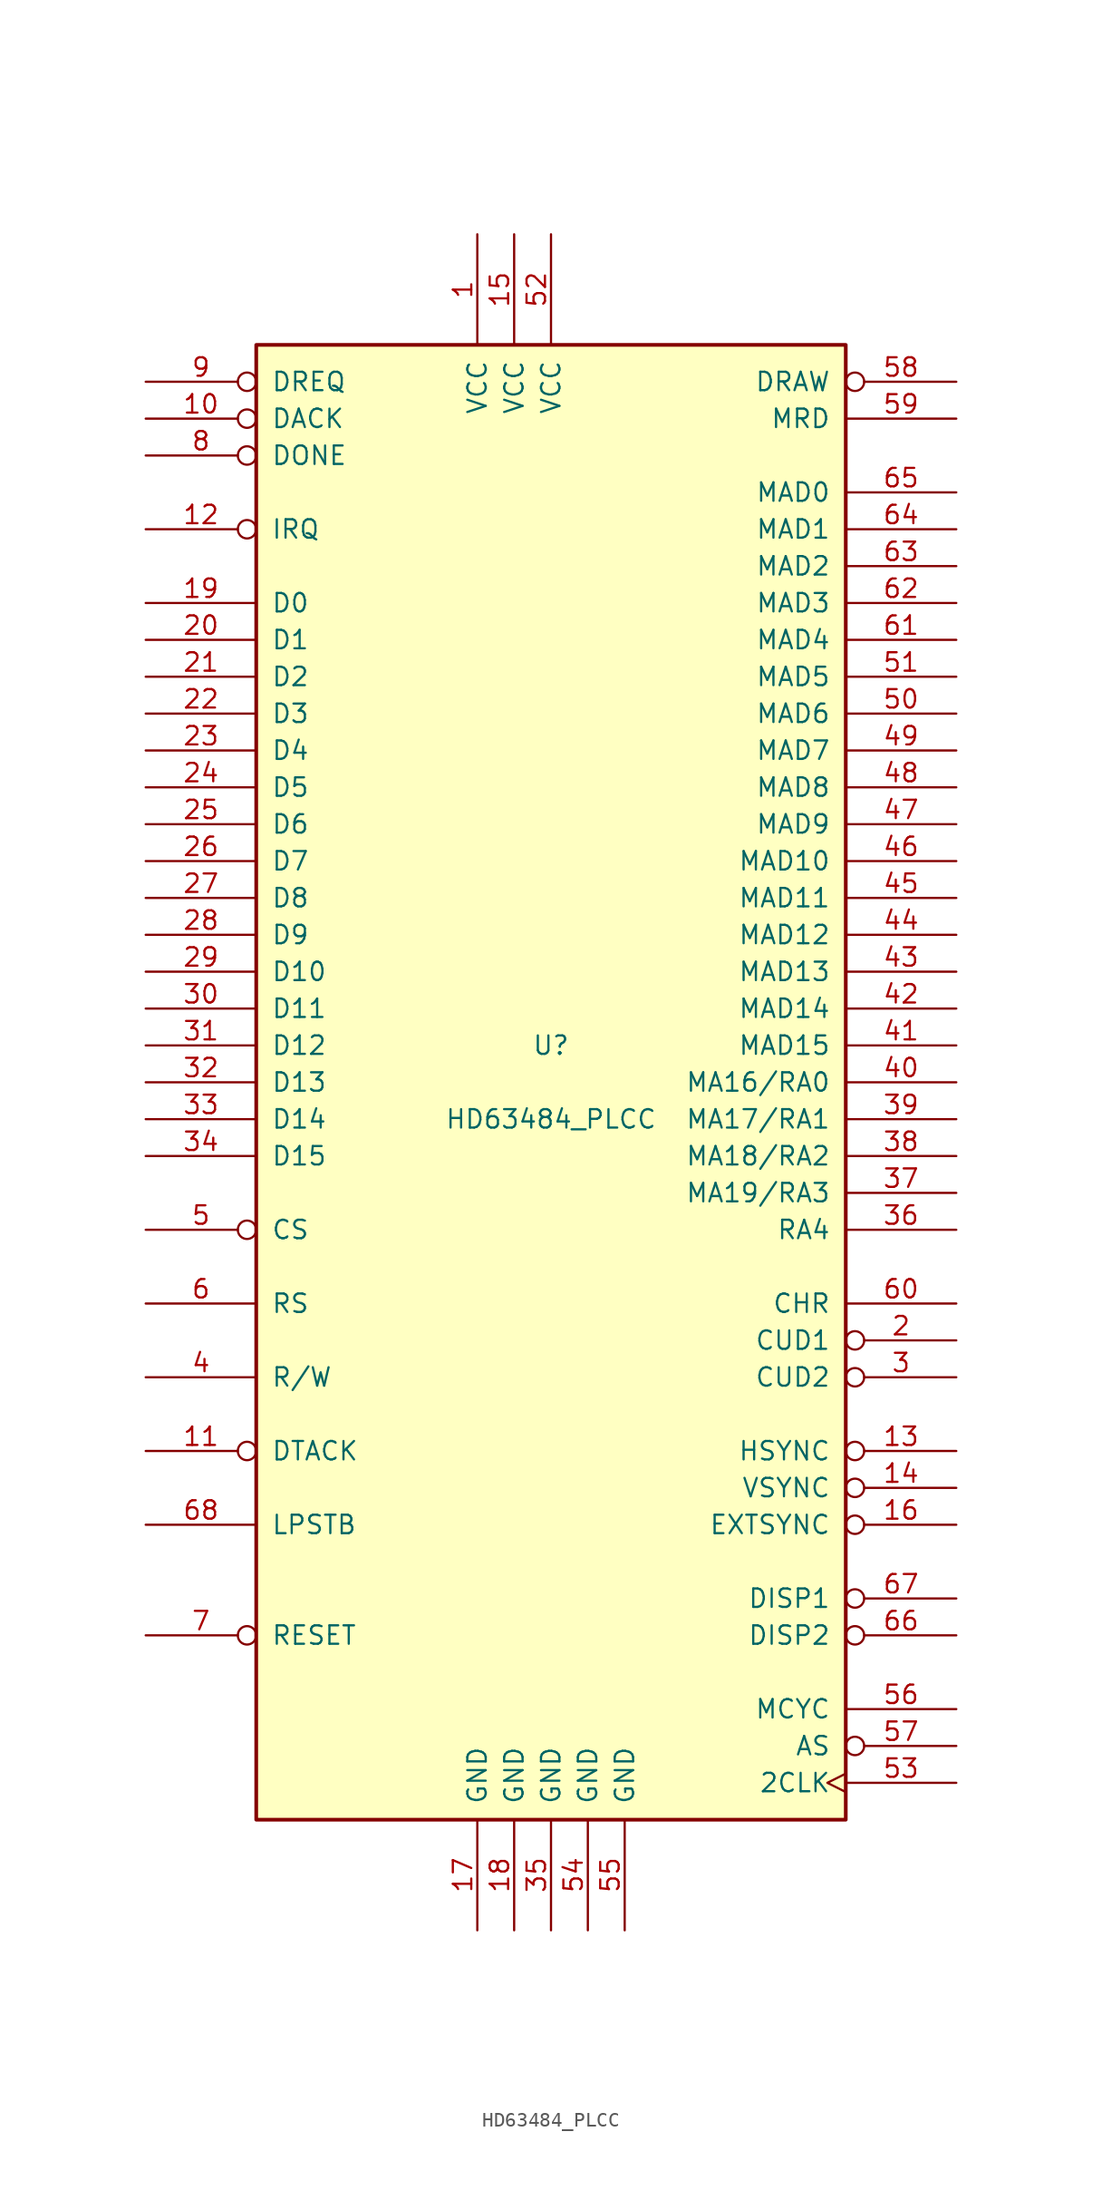
<source format=kicad_sym>
(kicad_symbol_lib
  (version 20210619)
  (generator kicad_symbol_editor)
  (symbol "Video:HD63484_PLCC"
    (pin_names
      (offset 1.016))
    (property "Reference" "U"
      (at 0 2.54 0)
      (effects (font (size 1.27 1.27))))
    (property "Value" "HD63484_PLCC"
      (at 0 -2.54 0)
      (effects (font (size 1.27 1.27))))
    (symbol "HD63484_PLCC_0_1"
      (rectangle (start -20.32 -50.8) (end 20.32 50.8) (stroke (width 0.254)) (fill (type background))))
    (symbol "HD63484_PLCC_1_1"
      (pin input line (at -5.08 58.42 270) (length 7.62) (name "VCC" (effects (font (size 1.27 1.27)))) (number "1" (effects (font (size 1.27 1.27)))))
      (pin input inverted (at -27.94 45.72 0) (length 7.62) (name "DACK" (effects (font (size 1.27 1.27)))) (number "10" (effects (font (size 1.27 1.27)))))
      (pin output inverted (at -27.94 -25.4 0) (length 7.62) (name "DTACK" (effects (font (size 1.27 1.27)))) (number "11" (effects (font (size 1.27 1.27)))))
      (pin output inverted (at -27.94 38.1 0) (length 7.62) (name "IRQ" (effects (font (size 1.27 1.27)))) (number "12" (effects (font (size 1.27 1.27)))))
      (pin output inverted (at 27.94 -25.4 180) (length 7.62) (name "HSYNC" (effects (font (size 1.27 1.27)))) (number "13" (effects (font (size 1.27 1.27)))))
      (pin output inverted (at 27.94 -27.94 180) (length 7.62) (name "VSYNC" (effects (font (size 1.27 1.27)))) (number "14" (effects (font (size 1.27 1.27)))))
      (pin input line (at -2.54 58.42 270) (length 7.62) (name "VCC" (effects (font (size 1.27 1.27)))) (number "15" (effects (font (size 1.27 1.27)))))
      (pin input inverted (at 27.94 -30.48 180) (length 7.62) (name "EXTSYNC" (effects (font (size 1.27 1.27)))) (number "16" (effects (font (size 1.27 1.27)))))
      (pin input line (at -5.08 -58.42 90) (length 7.62) (name "GND" (effects (font (size 1.27 1.27)))) (number "17" (effects (font (size 1.27 1.27)))))
      (pin input line (at -2.54 -58.42 90) (length 7.62) (name "GND" (effects (font (size 1.27 1.27)))) (number "18" (effects (font (size 1.27 1.27)))))
      (pin tri_state line (at -27.94 33.02 0) (length 7.62) (name "D0" (effects (font (size 1.27 1.27)))) (number "19" (effects (font (size 1.27 1.27)))))
      (pin output inverted (at 27.94 -17.78 180) (length 7.62) (name "CUD1" (effects (font (size 1.27 1.27)))) (number "2" (effects (font (size 1.27 1.27)))))
      (pin tri_state line (at -27.94 30.48 0) (length 7.62) (name "D1" (effects (font (size 1.27 1.27)))) (number "20" (effects (font (size 1.27 1.27)))))
      (pin tri_state line (at -27.94 27.94 0) (length 7.62) (name "D2" (effects (font (size 1.27 1.27)))) (number "21" (effects (font (size 1.27 1.27)))))
      (pin tri_state line (at -27.94 25.4 0) (length 7.62) (name "D3" (effects (font (size 1.27 1.27)))) (number "22" (effects (font (size 1.27 1.27)))))
      (pin tri_state line (at -27.94 22.86 0) (length 7.62) (name "D4" (effects (font (size 1.27 1.27)))) (number "23" (effects (font (size 1.27 1.27)))))
      (pin tri_state line (at -27.94 20.32 0) (length 7.62) (name "D5" (effects (font (size 1.27 1.27)))) (number "24" (effects (font (size 1.27 1.27)))))
      (pin tri_state line (at -27.94 17.78 0) (length 7.62) (name "D6" (effects (font (size 1.27 1.27)))) (number "25" (effects (font (size 1.27 1.27)))))
      (pin tri_state line (at -27.94 15.24 0) (length 7.62) (name "D7" (effects (font (size 1.27 1.27)))) (number "26" (effects (font (size 1.27 1.27)))))
      (pin tri_state line (at -27.94 12.7 0) (length 7.62) (name "D8" (effects (font (size 1.27 1.27)))) (number "27" (effects (font (size 1.27 1.27)))))
      (pin tri_state line (at -27.94 10.16 0) (length 7.62) (name "D9" (effects (font (size 1.27 1.27)))) (number "28" (effects (font (size 1.27 1.27)))))
      (pin tri_state line (at -27.94 7.62 0) (length 7.62) (name "D10" (effects (font (size 1.27 1.27)))) (number "29" (effects (font (size 1.27 1.27)))))
      (pin output inverted (at 27.94 -20.32 180) (length 7.62) (name "CUD2" (effects (font (size 1.27 1.27)))) (number "3" (effects (font (size 1.27 1.27)))))
      (pin tri_state line (at -27.94 5.08 0) (length 7.62) (name "D11" (effects (font (size 1.27 1.27)))) (number "30" (effects (font (size 1.27 1.27)))))
      (pin tri_state line (at -27.94 2.54 0) (length 7.62) (name "D12" (effects (font (size 1.27 1.27)))) (number "31" (effects (font (size 1.27 1.27)))))
      (pin tri_state line (at -27.94 0 0) (length 7.62) (name "D13" (effects (font (size 1.27 1.27)))) (number "32" (effects (font (size 1.27 1.27)))))
      (pin tri_state line (at -27.94 -2.54 0) (length 7.62) (name "D14" (effects (font (size 1.27 1.27)))) (number "33" (effects (font (size 1.27 1.27)))))
      (pin tri_state line (at -27.94 -5.08 0) (length 7.62) (name "D15" (effects (font (size 1.27 1.27)))) (number "34" (effects (font (size 1.27 1.27)))))
      (pin input line (at 0 -58.42 90) (length 7.62) (name "GND" (effects (font (size 1.27 1.27)))) (number "35" (effects (font (size 1.27 1.27)))))
      (pin output line (at 27.94 -10.16 180) (length 7.62) (name "RA4" (effects (font (size 1.27 1.27)))) (number "36" (effects (font (size 1.27 1.27)))))
      (pin output line (at 27.94 -7.62 180) (length 7.62) (name "MA19/RA3" (effects (font (size 1.27 1.27)))) (number "37" (effects (font (size 1.27 1.27)))))
      (pin output line (at 27.94 -5.08 180) (length 7.62) (name "MA18/RA2" (effects (font (size 1.27 1.27)))) (number "38" (effects (font (size 1.27 1.27)))))
      (pin output line (at 27.94 -2.54 180) (length 7.62) (name "MA17/RA1" (effects (font (size 1.27 1.27)))) (number "39" (effects (font (size 1.27 1.27)))))
      (pin input line (at -27.94 -20.32 0) (length 7.62) (name "R/W" (effects (font (size 1.27 1.27)))) (number "4" (effects (font (size 1.27 1.27)))))
      (pin output line (at 27.94 0 180) (length 7.62) (name "MA16/RA0" (effects (font (size 1.27 1.27)))) (number "40" (effects (font (size 1.27 1.27)))))
      (pin tri_state line (at 27.94 2.54 180) (length 7.62) (name "MAD15" (effects (font (size 1.27 1.27)))) (number "41" (effects (font (size 1.27 1.27)))))
      (pin tri_state line (at 27.94 5.08 180) (length 7.62) (name "MAD14" (effects (font (size 1.27 1.27)))) (number "42" (effects (font (size 1.27 1.27)))))
      (pin tri_state line (at 27.94 7.62 180) (length 7.62) (name "MAD13" (effects (font (size 1.27 1.27)))) (number "43" (effects (font (size 1.27 1.27)))))
      (pin tri_state line (at 27.94 10.16 180) (length 7.62) (name "MAD12" (effects (font (size 1.27 1.27)))) (number "44" (effects (font (size 1.27 1.27)))))
      (pin tri_state line (at 27.94 12.7 180) (length 7.62) (name "MAD11" (effects (font (size 1.27 1.27)))) (number "45" (effects (font (size 1.27 1.27)))))
      (pin tri_state line (at 27.94 15.24 180) (length 7.62) (name "MAD10" (effects (font (size 1.27 1.27)))) (number "46" (effects (font (size 1.27 1.27)))))
      (pin tri_state line (at 27.94 17.78 180) (length 7.62) (name "MAD9" (effects (font (size 1.27 1.27)))) (number "47" (effects (font (size 1.27 1.27)))))
      (pin tri_state line (at 27.94 20.32 180) (length 7.62) (name "MAD8" (effects (font (size 1.27 1.27)))) (number "48" (effects (font (size 1.27 1.27)))))
      (pin tri_state line (at 27.94 22.86 180) (length 7.62) (name "MAD7" (effects (font (size 1.27 1.27)))) (number "49" (effects (font (size 1.27 1.27)))))
      (pin input inverted (at -27.94 -10.16 0) (length 7.62) (name "CS" (effects (font (size 1.27 1.27)))) (number "5" (effects (font (size 1.27 1.27)))))
      (pin tri_state line (at 27.94 25.4 180) (length 7.62) (name "MAD6" (effects (font (size 1.27 1.27)))) (number "50" (effects (font (size 1.27 1.27)))))
      (pin tri_state line (at 27.94 27.94 180) (length 7.62) (name "MAD5" (effects (font (size 1.27 1.27)))) (number "51" (effects (font (size 1.27 1.27)))))
      (pin input line (at 0 58.42 270) (length 7.62) (name "VCC" (effects (font (size 1.27 1.27)))) (number "52" (effects (font (size 1.27 1.27)))))
      (pin input clock (at 27.94 -48.26 180) (length 7.62) (name "2CLK" (effects (font (size 1.27 1.27)))) (number "53" (effects (font (size 1.27 1.27)))))
      (pin input line (at 2.54 -58.42 90) (length 7.62) (name "GND" (effects (font (size 1.27 1.27)))) (number "54" (effects (font (size 1.27 1.27)))))
      (pin input line (at 5.08 -58.42 90) (length 7.62) (name "GND" (effects (font (size 1.27 1.27)))) (number "55" (effects (font (size 1.27 1.27)))))
      (pin output line (at 27.94 -43.18 180) (length 7.62) (name "MCYC" (effects (font (size 1.27 1.27)))) (number "56" (effects (font (size 1.27 1.27)))))
      (pin output inverted (at 27.94 -45.72 180) (length 7.62) (name "AS" (effects (font (size 1.27 1.27)))) (number "57" (effects (font (size 1.27 1.27)))))
      (pin output inverted (at 27.94 48.26 180) (length 7.62) (name "DRAW" (effects (font (size 1.27 1.27)))) (number "58" (effects (font (size 1.27 1.27)))))
      (pin output line (at 27.94 45.72 180) (length 7.62) (name "MRD" (effects (font (size 1.27 1.27)))) (number "59" (effects (font (size 1.27 1.27)))))
      (pin input line (at -27.94 -15.24 0) (length 7.62) (name "RS" (effects (font (size 1.27 1.27)))) (number "6" (effects (font (size 1.27 1.27)))))
      (pin output line (at 27.94 -15.24 180) (length 7.62) (name "CHR" (effects (font (size 1.27 1.27)))) (number "60" (effects (font (size 1.27 1.27)))))
      (pin tri_state line (at 27.94 30.48 180) (length 7.62) (name "MAD4" (effects (font (size 1.27 1.27)))) (number "61" (effects (font (size 1.27 1.27)))))
      (pin tri_state line (at 27.94 33.02 180) (length 7.62) (name "MAD3" (effects (font (size 1.27 1.27)))) (number "62" (effects (font (size 1.27 1.27)))))
      (pin tri_state line (at 27.94 35.56 180) (length 7.62) (name "MAD2" (effects (font (size 1.27 1.27)))) (number "63" (effects (font (size 1.27 1.27)))))
      (pin tri_state line (at 27.94 38.1 180) (length 7.62) (name "MAD1" (effects (font (size 1.27 1.27)))) (number "64" (effects (font (size 1.27 1.27)))))
      (pin tri_state line (at 27.94 40.64 180) (length 7.62) (name "MAD0" (effects (font (size 1.27 1.27)))) (number "65" (effects (font (size 1.27 1.27)))))
      (pin output inverted (at 27.94 -38.1 180) (length 7.62) (name "DISP2" (effects (font (size 1.27 1.27)))) (number "66" (effects (font (size 1.27 1.27)))))
      (pin output inverted (at 27.94 -35.56 180) (length 7.62) (name "DISP1" (effects (font (size 1.27 1.27)))) (number "67" (effects (font (size 1.27 1.27)))))
      (pin input line (at -27.94 -30.48 0) (length 7.62) (name "LPSTB" (effects (font (size 1.27 1.27)))) (number "68" (effects (font (size 1.27 1.27)))))
      (pin input inverted (at -27.94 -38.1 0) (length 7.62) (name "RESET" (effects (font (size 1.27 1.27)))) (number "7" (effects (font (size 1.27 1.27)))))
      (pin input inverted (at -27.94 43.18 0) (length 7.62) (name "DONE" (effects (font (size 1.27 1.27)))) (number "8" (effects (font (size 1.27 1.27)))))
      (pin output inverted (at -27.94 48.26 0) (length 7.62) (name "DREQ" (effects (font (size 1.27 1.27)))) (number "9" (effects (font (size 1.27 1.27))))))))
</source>
